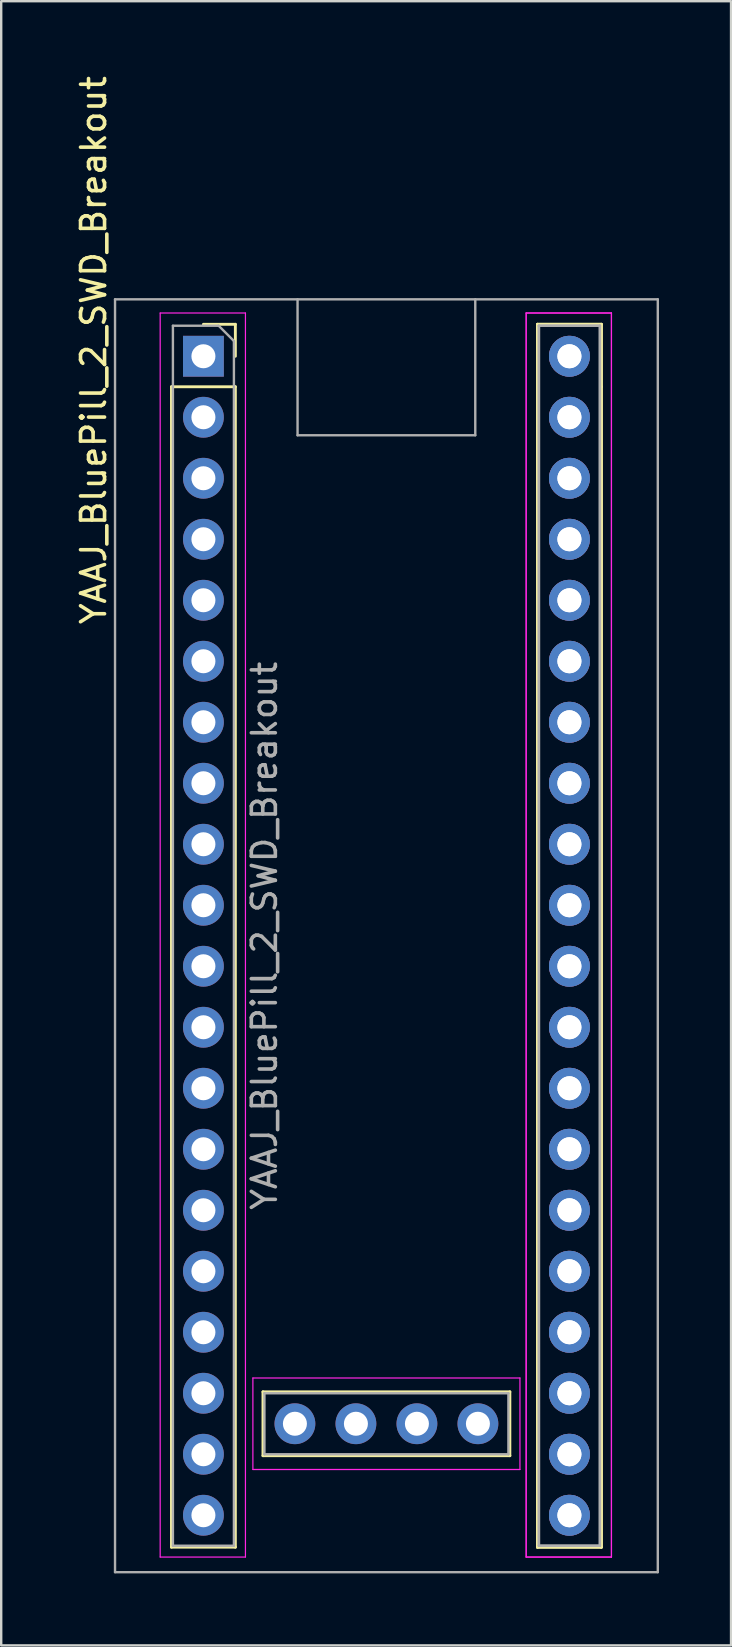
<source format=kicad_pcb>
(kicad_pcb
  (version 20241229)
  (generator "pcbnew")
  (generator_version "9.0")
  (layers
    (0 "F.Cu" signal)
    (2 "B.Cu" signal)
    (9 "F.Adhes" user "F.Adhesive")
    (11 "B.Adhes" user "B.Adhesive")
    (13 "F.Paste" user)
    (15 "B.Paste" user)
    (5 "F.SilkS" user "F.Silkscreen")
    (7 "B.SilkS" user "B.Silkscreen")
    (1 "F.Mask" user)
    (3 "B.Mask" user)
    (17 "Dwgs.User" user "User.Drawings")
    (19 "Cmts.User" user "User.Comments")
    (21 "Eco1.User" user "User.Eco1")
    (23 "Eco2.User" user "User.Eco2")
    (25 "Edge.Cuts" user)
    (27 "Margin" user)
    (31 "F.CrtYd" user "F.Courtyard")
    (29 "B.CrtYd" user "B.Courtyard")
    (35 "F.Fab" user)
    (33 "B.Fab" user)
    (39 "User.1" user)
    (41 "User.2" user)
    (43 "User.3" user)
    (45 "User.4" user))
  (footprint "YAAJ_BluePill_2_SWD_Breakout"
    (layer "F.Cu")
    (at 13.04 35.914)
    (property "Reference" "YAAJ_BluePill_2_SWD_Breakout" (at -12.192 -24.384 90) (layer "F.SilkS") (effects (font (size 1 1) (thickness 0.15))))
    (attr through_hole)
    (fp_line (start -8.95 -22.86) (end -8.95 25.46) (stroke (width 0.12) (type solid)) (layer "F.SilkS"))
    (fp_line (start -8.95 -22.86) (end -6.29 -22.86) (stroke (width 0.12) (type solid)) (layer "F.SilkS"))
    (fp_line (start -8.95 25.46) (end -6.29 25.46) (stroke (width 0.12) (type solid)) (layer "F.SilkS"))
    (fp_line (start -7.62 -25.46) (end -6.29 -25.46) (stroke (width 0.12) (type solid)) (layer "F.SilkS"))
    (fp_line (start -6.29 -25.46) (end -6.29 -24.13) (stroke (width 0.12) (type solid)) (layer "F.SilkS"))
    (fp_line (start -6.29 -22.86) (end -6.29 25.46) (stroke (width 0.12) (type solid)) (layer "F.SilkS"))
    (fp_line (start -5.14 18.99) (end -5.14 21.65) (stroke (width 0.12) (type solid)) (layer "F.SilkS"))
    (fp_line (start -5.14 18.99) (end 5.14 18.99) (stroke (width 0.12) (type solid)) (layer "F.SilkS"))
    (fp_line (start -5.14 21.65) (end 5.14 21.65) (stroke (width 0.12) (type solid)) (layer "F.SilkS"))
    (fp_line (start 5.14 21.65) (end 5.14 18.99) (stroke (width 0.12) (type solid)) (layer "F.SilkS"))
    (fp_line (start 6.29 -25.46) (end 6.29 25.46) (stroke (width 0.12) (type solid)) (layer "F.SilkS"))
    (fp_line (start 6.29 -25.46) (end 6.29 25.46) (stroke (width 0.12) (type solid)) (layer "F.SilkS"))
    (fp_line (start 6.29 -25.46) (end 8.95 -25.46) (stroke (width 0.12) (type solid)) (layer "F.SilkS"))
    (fp_line (start 6.29 -25.46) (end 8.95 -25.46) (stroke (width 0.12) (type solid)) (layer "F.SilkS"))
    (fp_line (start 6.29 25.46) (end 8.95 25.46) (stroke (width 0.12) (type solid)) (layer "F.SilkS"))
    (fp_line (start 6.29 25.46) (end 8.95 25.46) (stroke (width 0.12) (type solid)) (layer "F.SilkS"))
    (fp_line (start 8.95 -25.46) (end 8.95 -22.86) (stroke (width 0.12) (type solid)) (layer "F.SilkS"))
    (fp_line (start 8.95 -25.46) (end 8.95 -22.86) (stroke (width 0.12) (type solid)) (layer "F.SilkS"))
    (fp_line (start 8.95 -22.86) (end 8.95 25.46) (stroke (width 0.12) (type solid)) (layer "F.SilkS"))
    (fp_line (start 8.95 -22.86) (end 8.95 25.46) (stroke (width 0.12) (type solid)) (layer "F.SilkS"))
    (fp_line (start -9.42 -25.93) (end -5.87 -25.93) (stroke (width 0.05) (type solid)) (layer "F.CrtYd"))
    (fp_line (start -9.42 25.87) (end -9.42 -25.93) (stroke (width 0.05) (type solid)) (layer "F.CrtYd"))
    (fp_line (start -5.87 -25.93) (end -5.87 25.87) (stroke (width 0.05) (type solid)) (layer "F.CrtYd"))
    (fp_line (start -5.87 25.87) (end -9.42 25.87) (stroke (width 0.05) (type solid)) (layer "F.CrtYd"))
    (fp_line (start -5.56 18.415) (end 5.56 18.415) (stroke (width 0.05) (type solid)) (layer "F.CrtYd"))
    (fp_line (start -5.56 22.225) (end -5.56 18.415) (stroke (width 0.05) (type solid)) (layer "F.CrtYd"))
    (fp_line (start 5.56 18.415) (end 5.56 22.225) (stroke (width 0.05) (type solid)) (layer "F.CrtYd"))
    (fp_line (start 5.56 22.225) (end -5.56 22.225) (stroke (width 0.05) (type solid)) (layer "F.CrtYd"))
    (fp_line (start 5.82 -25.93) (end 9.37 -25.93) (stroke (width 0.05) (type solid)) (layer "F.CrtYd"))
    (fp_line (start 5.82 -25.93) (end 9.37 -25.93) (stroke (width 0.05) (type solid)) (layer "F.CrtYd"))
    (fp_line (start 5.82 25.87) (end 5.82 -25.93) (stroke (width 0.05) (type solid)) (layer "F.CrtYd"))
    (fp_line (start 5.82 25.87) (end 5.82 -25.93) (stroke (width 0.05) (type solid)) (layer "F.CrtYd"))
    (fp_line (start 9.37 -25.93) (end 9.37 25.87) (stroke (width 0.05) (type solid)) (layer "F.CrtYd"))
    (fp_line (start 9.37 -25.93) (end 9.37 25.87) (stroke (width 0.05) (type solid)) (layer "F.CrtYd"))
    (fp_line (start 9.37 25.87) (end 5.82 25.87) (stroke (width 0.05) (type solid)) (layer "F.CrtYd"))
    (fp_line (start 9.37 25.87) (end 5.82 25.87) (stroke (width 0.05) (type solid)) (layer "F.CrtYd"))
    (fp_line (start -11.3 -26.5) (end 11.3 -26.5) (stroke (width 0.1) (type solid)) (layer "F.Fab"))
    (fp_line (start -11.3 26.5) (end -11.3 -26.5) (stroke (width 0.1) (type solid)) (layer "F.Fab"))
    (fp_line (start -8.89 -25.4) (end -6.985 -25.4) (stroke (width 0.1) (type solid)) (layer "F.Fab"))
    (fp_line (start -8.89 25.4) (end -8.89 -25.4) (stroke (width 0.1) (type solid)) (layer "F.Fab"))
    (fp_line (start -6.985 -25.4) (end -6.35 -24.765) (stroke (width 0.1) (type solid)) (layer "F.Fab"))
    (fp_line (start -6.35 -24.765) (end -6.35 25.4) (stroke (width 0.1) (type solid)) (layer "F.Fab"))
    (fp_line (start -6.35 25.4) (end -8.89 25.4) (stroke (width 0.1) (type solid)) (layer "F.Fab"))
    (fp_line (start -5.08 19.05) (end 5.08 19.05) (stroke (width 0.1) (type solid)) (layer "F.Fab"))
    (fp_line (start -5.08 21.59) (end -5.08 19.05) (stroke (width 0.1) (type solid)) (layer "F.Fab"))
    (fp_line (start -3.7 -26.5) (end -3.7 -20.84) (stroke (width 0.1) (type solid)) (layer "F.Fab"))
    (fp_line (start -3.7 -20.84) (end 3.7 -20.84) (stroke (width 0.1) (type solid)) (layer "F.Fab"))
    (fp_line (start 3.7 -20.84) (end 3.7 -26.5) (stroke (width 0.1) (type solid)) (layer "F.Fab"))
    (fp_line (start 5.08 19.05) (end 5.08 21.59) (stroke (width 0.1) (type solid)) (layer "F.Fab"))
    (fp_line (start 5.08 21.59) (end -5.08 21.59) (stroke (width 0.1) (type solid)) (layer "F.Fab"))
    (fp_line (start 6.35 -25.4) (end 8.89 -25.4) (stroke (width 0.1) (type solid)) (layer "F.Fab"))
    (fp_line (start 6.35 -25.4) (end 8.89 -25.4) (stroke (width 0.1) (type solid)) (layer "F.Fab"))
    (fp_line (start 6.35 25.4) (end 6.35 -25.4) (stroke (width 0.1) (type solid)) (layer "F.Fab"))
    (fp_line (start 6.35 25.4) (end 6.35 -25.4) (stroke (width 0.1) (type solid)) (layer "F.Fab"))
    (fp_line (start 8.89 -25.4) (end 8.89 25.4) (stroke (width 0.1) (type solid)) (layer "F.Fab"))
    (fp_line (start 8.89 -25.4) (end 8.89 25.4) (stroke (width 0.1) (type solid)) (layer "F.Fab"))
    (fp_line (start 8.89 25.4) (end 6.35 25.4) (stroke (width 0.1) (type solid)) (layer "F.Fab"))
    (fp_line (start 8.89 25.4) (end 6.35 25.4) (stroke (width 0.1) (type solid)) (layer "F.Fab"))
    (fp_line (start 11.3 -26.5) (end 11.3 26.5) (stroke (width 0.1) (type solid)) (layer "F.Fab"))
    (fp_line (start 11.3 26.5) (end -11.3 26.5) (stroke (width 0.1) (type solid)) (layer "F.Fab"))
    (fp_text user "${REFERENCE}" (at -5.08 0 90) (layer "F.Fab") (effects (font (size 1 1) (thickness 0.15))))
    (pad "1" thru_hole rect (at -7.62 -24.13) (size 1.7 1.7) (drill 1) (layers "*.Cu" "*.Mask"))
    (pad "2" thru_hole oval (at -7.62 -21.59) (size 1.7 1.7) (drill 1) (layers "*.Cu" "*.Mask"))
    (pad "3" thru_hole oval (at -7.62 -19.05) (size 1.7 1.7) (drill 1) (layers "*.Cu" "*.Mask"))
    (pad "4" thru_hole oval (at -7.62 -16.51) (size 1.7 1.7) (drill 1) (layers "*.Cu" "*.Mask"))
    (pad "5" thru_hole oval (at -7.62 -13.97) (size 1.7 1.7) (drill 1) (layers "*.Cu" "*.Mask"))
    (pad "6" thru_hole oval (at -7.62 -11.43) (size 1.7 1.7) (drill 1) (layers "*.Cu" "*.Mask"))
    (pad "7" thru_hole oval (at -7.62 -8.89) (size 1.7 1.7) (drill 1) (layers "*.Cu" "*.Mask"))
    (pad "8" thru_hole oval (at -7.62 -6.35) (size 1.7 1.7) (drill 1) (layers "*.Cu" "*.Mask"))
    (pad "9" thru_hole oval (at -7.62 -3.81) (size 1.7 1.7) (drill 1) (layers "*.Cu" "*.Mask"))
    (pad "10" thru_hole oval (at -7.62 -1.27) (size 1.7 1.7) (drill 1) (layers "*.Cu" "*.Mask"))
    (pad "11" thru_hole oval (at -7.62 1.27) (size 1.7 1.7) (drill 1) (layers "*.Cu" "*.Mask"))
    (pad "12" thru_hole oval (at -7.62 3.81) (size 1.7 1.7) (drill 1) (layers "*.Cu" "*.Mask"))
    (pad "13" thru_hole oval (at -7.62 6.35) (size 1.7 1.7) (drill 1) (layers "*.Cu" "*.Mask"))
    (pad "14" thru_hole oval (at -7.62 8.89) (size 1.7 1.7) (drill 1) (layers "*.Cu" "*.Mask"))
    (pad "15" thru_hole oval (at -7.62 11.43) (size 1.7 1.7) (drill 1) (layers "*.Cu" "*.Mask"))
    (pad "16" thru_hole oval (at -7.62 13.97) (size 1.7 1.7) (drill 1) (layers "*.Cu" "*.Mask"))
    (pad "17" thru_hole oval (at -7.62 16.51) (size 1.7 1.7) (drill 1) (layers "*.Cu" "*.Mask"))
    (pad "18" thru_hole oval (at -7.62 19.05) (size 1.7 1.7) (drill 1) (layers "*.Cu" "*.Mask"))
    (pad "19" thru_hole oval (at -7.62 21.59) (size 1.7 1.7) (drill 1) (layers "*.Cu" "*.Mask"))
    (pad "20" thru_hole oval (at -7.62 24.13) (size 1.7 1.7) (drill 1) (layers "*.Cu" "*.Mask"))
    (pad "21" thru_hole oval (at 7.62 -24.13) (size 1.7 1.7) (drill 1) (layers "*.Cu" "*.Mask"))
    (pad "21" thru_hole oval (at 7.62 -24.13) (size 1.7 1.7) (drill 1) (layers "*.Cu" "*.Mask"))
    (pad "22" thru_hole oval (at 7.62 -21.59) (size 1.7 1.7) (drill 1) (layers "*.Cu" "*.Mask"))
    (pad "22" thru_hole oval (at 7.62 -21.59) (size 1.7 1.7) (drill 1) (layers "*.Cu" "*.Mask"))
    (pad "23" thru_hole oval (at 7.62 -19.05) (size 1.7 1.7) (drill 1) (layers "*.Cu" "*.Mask"))
    (pad "23" thru_hole oval (at 7.62 -19.05) (size 1.7 1.7) (drill 1) (layers "*.Cu" "*.Mask"))
    (pad "24" thru_hole oval (at 7.62 -16.51) (size 1.7 1.7) (drill 1) (layers "*.Cu" "*.Mask"))
    (pad "24" thru_hole oval (at 7.62 -16.51) (size 1.7 1.7) (drill 1) (layers "*.Cu" "*.Mask"))
    (pad "25" thru_hole oval (at 7.62 -13.97) (size 1.7 1.7) (drill 1) (layers "*.Cu" "*.Mask"))
    (pad "25" thru_hole oval (at 7.62 -13.97) (size 1.7 1.7) (drill 1) (layers "*.Cu" "*.Mask"))
    (pad "26" thru_hole oval (at 7.62 -11.43) (size 1.7 1.7) (drill 1) (layers "*.Cu" "*.Mask"))
    (pad "26" thru_hole oval (at 7.62 -11.43) (size 1.7 1.7) (drill 1) (layers "*.Cu" "*.Mask"))
    (pad "27" thru_hole oval (at 7.62 -8.89) (size 1.7 1.7) (drill 1) (layers "*.Cu" "*.Mask"))
    (pad "27" thru_hole oval (at 7.62 -8.89) (size 1.7 1.7) (drill 1) (layers "*.Cu" "*.Mask"))
    (pad "28" thru_hole oval (at 7.62 -6.35) (size 1.7 1.7) (drill 1) (layers "*.Cu" "*.Mask"))
    (pad "28" thru_hole oval (at 7.62 -6.35) (size 1.7 1.7) (drill 1) (layers "*.Cu" "*.Mask"))
    (pad "29" thru_hole oval (at 7.62 -3.81) (size 1.7 1.7) (drill 1) (layers "*.Cu" "*.Mask"))
    (pad "29" thru_hole oval (at 7.62 -3.81) (size 1.7 1.7) (drill 1) (layers "*.Cu" "*.Mask"))
    (pad "30" thru_hole oval (at 7.62 -1.27) (size 1.7 1.7) (drill 1) (layers "*.Cu" "*.Mask"))
    (pad "30" thru_hole oval (at 7.62 -1.27) (size 1.7 1.7) (drill 1) (layers "*.Cu" "*.Mask"))
    (pad "31" thru_hole oval (at 7.62 1.27) (size 1.7 1.7) (drill 1) (layers "*.Cu" "*.Mask"))
    (pad "31" thru_hole oval (at 7.62 1.27) (size 1.7 1.7) (drill 1) (layers "*.Cu" "*.Mask"))
    (pad "32" thru_hole oval (at 7.62 3.81) (size 1.7 1.7) (drill 1) (layers "*.Cu" "*.Mask"))
    (pad "32" thru_hole oval (at 7.62 3.81) (size 1.7 1.7) (drill 1) (layers "*.Cu" "*.Mask"))
    (pad "33" thru_hole oval (at 7.62 6.35) (size 1.7 1.7) (drill 1) (layers "*.Cu" "*.Mask"))
    (pad "33" thru_hole oval (at 7.62 6.35) (size 1.7 1.7) (drill 1) (layers "*.Cu" "*.Mask"))
    (pad "34" thru_hole oval (at 7.62 8.89) (size 1.7 1.7) (drill 1) (layers "*.Cu" "*.Mask"))
    (pad "34" thru_hole oval (at 7.62 8.89) (size 1.7 1.7) (drill 1) (layers "*.Cu" "*.Mask"))
    (pad "35" thru_hole oval (at 7.62 11.43) (size 1.7 1.7) (drill 1) (layers "*.Cu" "*.Mask"))
    (pad "35" thru_hole oval (at 7.62 11.43) (size 1.7 1.7) (drill 1) (layers "*.Cu" "*.Mask"))
    (pad "36" thru_hole oval (at 7.62 13.97) (size 1.7 1.7) (drill 1) (layers "*.Cu" "*.Mask"))
    (pad "36" thru_hole oval (at 7.62 13.97) (size 1.7 1.7) (drill 1) (layers "*.Cu" "*.Mask"))
    (pad "37" thru_hole oval (at 7.62 16.51) (size 1.7 1.7) (drill 1) (layers "*.Cu" "*.Mask"))
    (pad "37" thru_hole oval (at 7.62 16.51) (size 1.7 1.7) (drill 1) (layers "*.Cu" "*.Mask"))
    (pad "38" thru_hole oval (at 7.62 19.05) (size 1.7 1.7) (drill 1) (layers "*.Cu" "*.Mask"))
    (pad "38" thru_hole oval (at 7.62 19.05) (size 1.7 1.7) (drill 1) (layers "*.Cu" "*.Mask"))
    (pad "39" thru_hole oval (at 7.62 21.59) (size 1.7 1.7) (drill 1) (layers "*.Cu" "*.Mask"))
    (pad "39" thru_hole oval (at 7.62 21.59) (size 1.7 1.7) (drill 1) (layers "*.Cu" "*.Mask"))
    (pad "40" thru_hole oval (at 7.62 24.13) (size 1.7 1.7) (drill 1) (layers "*.Cu" "*.Mask"))
    (pad "40" thru_hole oval (at 7.62 24.13) (size 1.7 1.7) (drill 1) (layers "*.Cu" "*.Mask"))
    (pad "41" thru_hole oval (at -3.81 20.32) (size 1.7 1.7) (drill 1) (layers "*.Cu" "*.Mask"))
    (pad "42" thru_hole oval (at -1.27 20.32) (size 1.7 1.7) (drill 1) (layers "*.Cu" "*.Mask"))
    (pad "43" thru_hole oval (at 1.27 20.32) (size 1.7 1.7) (drill 1) (layers "*.Cu" "*.Mask"))
    (pad "44" thru_hole oval (at 3.81 20.32) (size 1.7 1.7) (drill 1) (layers "*.Cu" "*.Mask")))
  (gr_rect
    (start -3 -3)
    (end 27.39 65.464)
    (stroke (width 0.1) (type default))
    (fill no)
    (layer "Edge.Cuts")))
</source>
